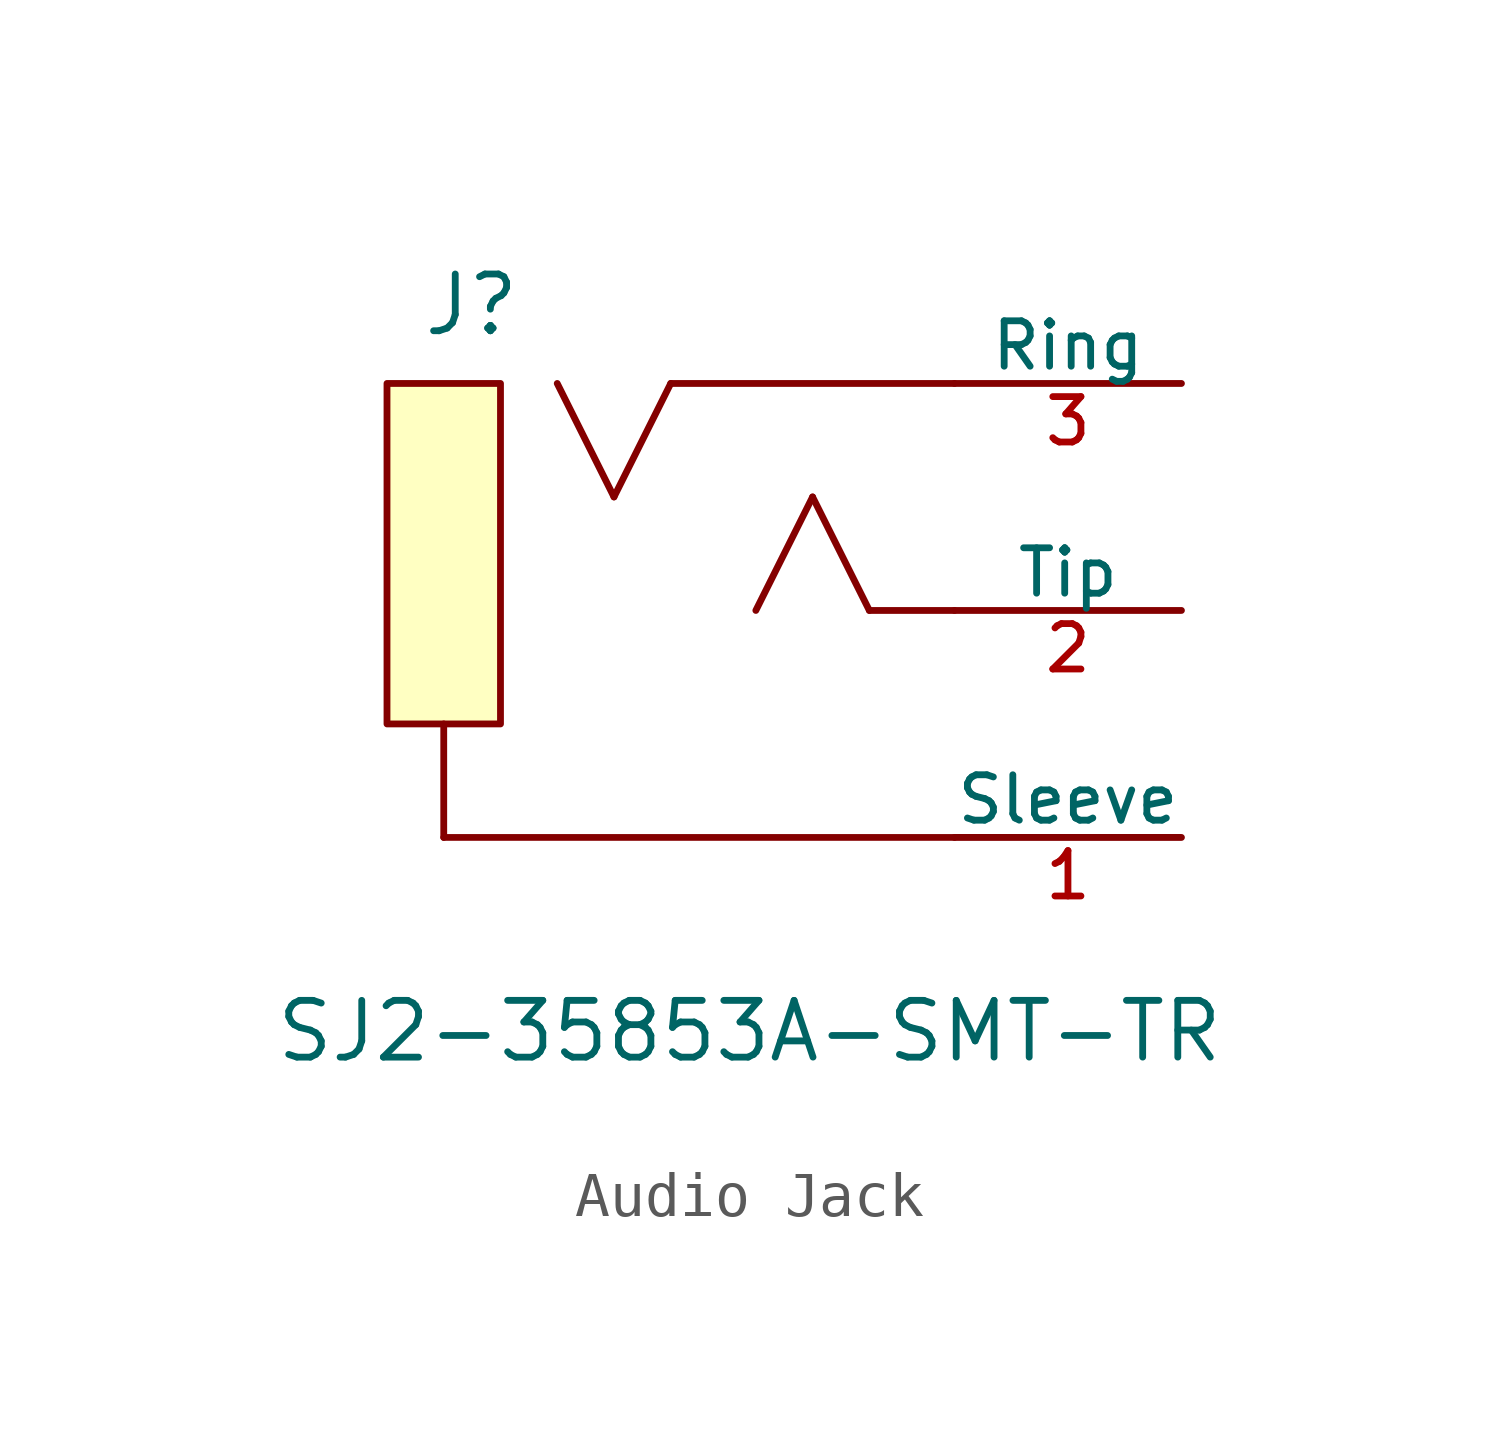
<source format=kicad_sym>
(kicad_symbol_lib
  (version 20231120)
  (generator "kicad_symbol_editor")
  (generator_version "8.0")
  (symbol "Audio Jack"
    (pin_names
      (offset 0))
    (property "Reference" "J"
      (at -6.858 3.556 0)
      (effects (font (size 1.27 1.27)) (justify left bottom)))
    (property "Value" "SJ2-35853A-SMT-TR"
      (at -10.16 -12.7 0)
      (effects (font (size 1.27 1.27)) (justify left bottom)))
    (symbol "Audio Jack_0_0"
      (polyline (pts (xy -6.35 -5.08) (xy -6.35 -7.62)) (stroke (width 0.152) (type default)) (fill (type none)))
      (polyline (pts (xy -2.54 0) (xy -3.81 2.54)) (stroke (width 0.152) (type default)) (fill (type none)))
      (polyline (pts (xy -1.27 2.54) (xy -2.54 0)) (stroke (width 0.152) (type default)) (fill (type none)))
      (polyline (pts (xy 1.905 0) (xy 0.635 -2.54)) (stroke (width 0.152) (type default)) (fill (type none)))
      (polyline (pts (xy 3.175 -2.54) (xy 1.905 0)) (stroke (width 0.152) (type default)) (fill (type none)))
      (polyline (pts (xy 5.08 -7.62) (xy -6.35 -7.62)) (stroke (width 0.152) (type default)) (fill (type none)))
      (polyline (pts (xy 5.08 -2.54) (xy 3.175 -2.54)) (stroke (width 0.152) (type default)) (fill (type none)))
      (polyline (pts (xy 5.08 2.54) (xy -1.27 2.54)) (stroke (width 0.152) (type default)) (fill (type none))))
    (symbol "Audio Jack_1_0"
      (rectangle (start -7.62 2.54) (end -5.08 -5.08) (stroke (width 0) (type default)) (fill (type background)))
      (pin passive line (at 10.16 -7.62 180) (length 5.08) (name "Sleeve" (effects (font (size 1.016 1.016)))) (number "1" (effects (font (size 1.016 1.016)))))
      (pin passive line (at 10.16 -2.54 180) (length 5.08) (name "Tip" (effects (font (size 1.016 1.016)))) (number "2" (effects (font (size 1.016 1.016)))))
      (pin passive line (at 10.16 2.54 180) (length 5.08) (name "Ring" (effects (font (size 1.016 1.016)))) (number "3" (effects (font (size 1.016 1.016))))))))
</source>
